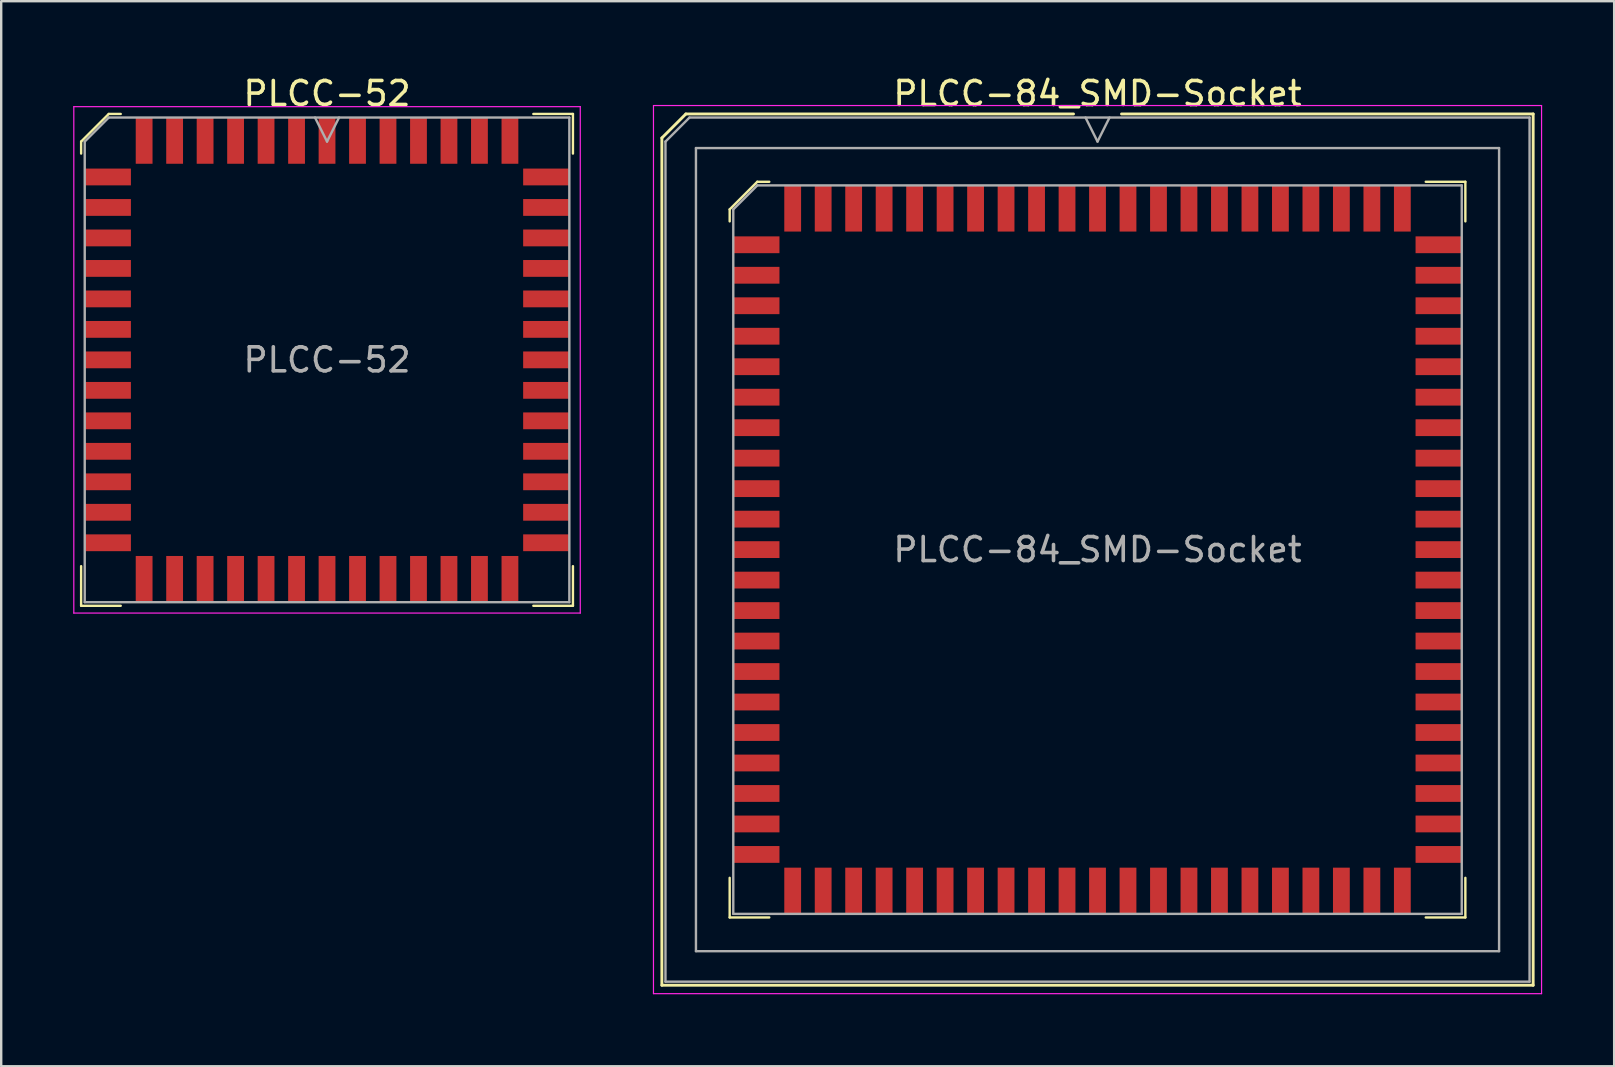
<source format=kicad_pcb>
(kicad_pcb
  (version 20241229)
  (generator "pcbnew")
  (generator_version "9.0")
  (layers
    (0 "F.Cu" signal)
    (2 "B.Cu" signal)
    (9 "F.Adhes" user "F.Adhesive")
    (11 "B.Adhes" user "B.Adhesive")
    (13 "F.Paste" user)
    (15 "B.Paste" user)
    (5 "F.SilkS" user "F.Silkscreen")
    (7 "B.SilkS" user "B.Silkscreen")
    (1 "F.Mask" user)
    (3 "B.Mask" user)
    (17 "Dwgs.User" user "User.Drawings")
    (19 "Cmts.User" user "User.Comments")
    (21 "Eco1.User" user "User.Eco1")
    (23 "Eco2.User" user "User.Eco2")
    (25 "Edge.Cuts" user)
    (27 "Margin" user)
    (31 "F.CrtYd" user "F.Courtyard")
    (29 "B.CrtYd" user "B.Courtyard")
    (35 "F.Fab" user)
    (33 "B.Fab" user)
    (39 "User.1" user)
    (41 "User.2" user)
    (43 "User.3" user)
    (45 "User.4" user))
  (footprint "PLCC-52"
    (layer "F.Cu")
    (at 10.575 11.943)
    (property "Reference" "PLCC-52" (at 0 -11.095 0) (layer "F.SilkS") (effects (font (size 1 1) (thickness 0.15))))
    (attr smd)
    (fp_line (start -10.245 -9.095) (end -10.245 -8.595) (stroke (width 0.1) (type solid)) (layer "F.SilkS"))
    (fp_line (start -10.245 10.245) (end -10.245 8.595) (stroke (width 0.1) (type solid)) (layer "F.SilkS"))
    (fp_line (start -9.095 -10.245) (end -10.245 -9.095) (stroke (width 0.1) (type solid)) (layer "F.SilkS"))
    (fp_line (start -8.595 -10.245) (end -9.095 -10.245) (stroke (width 0.1) (type solid)) (layer "F.SilkS"))
    (fp_line (start -8.595 10.245) (end -10.245 10.245) (stroke (width 0.1) (type solid)) (layer "F.SilkS"))
    (fp_line (start 8.595 -10.245) (end 10.245 -10.245) (stroke (width 0.1) (type solid)) (layer "F.SilkS"))
    (fp_line (start 8.595 10.245) (end 10.245 10.245) (stroke (width 0.1) (type solid)) (layer "F.SilkS"))
    (fp_line (start 10.245 -10.245) (end 10.245 -8.595) (stroke (width 0.1) (type solid)) (layer "F.SilkS"))
    (fp_line (start 10.245 10.245) (end 10.245 8.595) (stroke (width 0.1) (type solid)) (layer "F.SilkS"))
    (fp_line (start -10.55 -10.55) (end -10.55 10.55) (stroke (width 0.05) (type solid)) (layer "F.CrtYd"))
    (fp_line (start -10.55 10.55) (end 10.55 10.55) (stroke (width 0.05) (type solid)) (layer "F.CrtYd"))
    (fp_line (start 10.55 -10.55) (end -10.55 -10.55) (stroke (width 0.05) (type solid)) (layer "F.CrtYd"))
    (fp_line (start 10.55 10.55) (end 10.55 -10.55) (stroke (width 0.05) (type solid)) (layer "F.CrtYd"))
    (fp_line (start -10.095 -9.095) (end -10.095 10.095) (stroke (width 0.1) (type solid)) (layer "F.Fab"))
    (fp_line (start -10.095 10.095) (end 10.095 10.095) (stroke (width 0.1) (type solid)) (layer "F.Fab"))
    (fp_line (start -9.095 -10.095) (end -10.095 -9.095) (stroke (width 0.1) (type solid)) (layer "F.Fab"))
    (fp_line (start -0.5 -10.095) (end 0 -9.095) (stroke (width 0.1) (type solid)) (layer "F.Fab"))
    (fp_line (start 0 -9.095) (end 0.5 -10.095) (stroke (width 0.1) (type solid)) (layer "F.Fab"))
    (fp_line (start 10.095 -10.095) (end -9.095 -10.095) (stroke (width 0.1) (type solid)) (layer "F.Fab"))
    (fp_line (start 10.095 10.095) (end 10.095 -10.095) (stroke (width 0.1) (type solid)) (layer "F.Fab"))
    (fp_text user "${REFERENCE}" (at 0 0 0) (layer "F.Fab") (effects (font (size 1 1) (thickness 0.15))))
    (pad "1" smd rect (at 0 -9.133) (size 0.7 1.925) (layers "F.Cu" "F.Mask" "F.Paste"))
    (pad "2" smd rect (at -1.27 -9.133) (size 0.7 1.925) (layers "F.Cu" "F.Mask" "F.Paste"))
    (pad "3" smd rect (at -2.54 -9.133) (size 0.7 1.925) (layers "F.Cu" "F.Mask" "F.Paste"))
    (pad "4" smd rect (at -3.81 -9.133) (size 0.7 1.925) (layers "F.Cu" "F.Mask" "F.Paste"))
    (pad "5" smd rect (at -5.08 -9.133) (size 0.7 1.925) (layers "F.Cu" "F.Mask" "F.Paste"))
    (pad "6" smd rect (at -6.35 -9.133) (size 0.7 1.925) (layers "F.Cu" "F.Mask" "F.Paste"))
    (pad "7" smd rect (at -7.62 -9.133) (size 0.7 1.925) (layers "F.Cu" "F.Mask" "F.Paste"))
    (pad "8" smd rect (at -9.133 -7.62) (size 1.925 0.7) (layers "F.Cu" "F.Mask" "F.Paste"))
    (pad "9" smd rect (at -9.133 -6.35) (size 1.925 0.7) (layers "F.Cu" "F.Mask" "F.Paste"))
    (pad "10" smd rect (at -9.133 -5.08) (size 1.925 0.7) (layers "F.Cu" "F.Mask" "F.Paste"))
    (pad "11" smd rect (at -9.133 -3.81) (size 1.925 0.7) (layers "F.Cu" "F.Mask" "F.Paste"))
    (pad "12" smd rect (at -9.133 -2.54) (size 1.925 0.7) (layers "F.Cu" "F.Mask" "F.Paste"))
    (pad "13" smd rect (at -9.133 -1.27) (size 1.925 0.7) (layers "F.Cu" "F.Mask" "F.Paste"))
    (pad "14" smd rect (at -9.133 0) (size 1.925 0.7) (layers "F.Cu" "F.Mask" "F.Paste"))
    (pad "15" smd rect (at -9.133 1.27) (size 1.925 0.7) (layers "F.Cu" "F.Mask" "F.Paste"))
    (pad "16" smd rect (at -9.133 2.54) (size 1.925 0.7) (layers "F.Cu" "F.Mask" "F.Paste"))
    (pad "17" smd rect (at -9.133 3.81) (size 1.925 0.7) (layers "F.Cu" "F.Mask" "F.Paste"))
    (pad "18" smd rect (at -9.133 5.08) (size 1.925 0.7) (layers "F.Cu" "F.Mask" "F.Paste"))
    (pad "19" smd rect (at -9.133 6.35) (size 1.925 0.7) (layers "F.Cu" "F.Mask" "F.Paste"))
    (pad "20" smd rect (at -9.133 7.62) (size 1.925 0.7) (layers "F.Cu" "F.Mask" "F.Paste"))
    (pad "21" smd rect (at -7.62 9.133) (size 0.7 1.925) (layers "F.Cu" "F.Mask" "F.Paste"))
    (pad "22" smd rect (at -6.35 9.133) (size 0.7 1.925) (layers "F.Cu" "F.Mask" "F.Paste"))
    (pad "23" smd rect (at -5.08 9.133) (size 0.7 1.925) (layers "F.Cu" "F.Mask" "F.Paste"))
    (pad "24" smd rect (at -3.81 9.133) (size 0.7 1.925) (layers "F.Cu" "F.Mask" "F.Paste"))
    (pad "25" smd rect (at -2.54 9.133) (size 0.7 1.925) (layers "F.Cu" "F.Mask" "F.Paste"))
    (pad "26" smd rect (at -1.27 9.133) (size 0.7 1.925) (layers "F.Cu" "F.Mask" "F.Paste"))
    (pad "27" smd rect (at 0 9.133) (size 0.7 1.925) (layers "F.Cu" "F.Mask" "F.Paste"))
    (pad "28" smd rect (at 1.27 9.133) (size 0.7 1.925) (layers "F.Cu" "F.Mask" "F.Paste"))
    (pad "29" smd rect (at 2.54 9.133) (size 0.7 1.925) (layers "F.Cu" "F.Mask" "F.Paste"))
    (pad "30" smd rect (at 3.81 9.133) (size 0.7 1.925) (layers "F.Cu" "F.Mask" "F.Paste"))
    (pad "31" smd rect (at 5.08 9.133) (size 0.7 1.925) (layers "F.Cu" "F.Mask" "F.Paste"))
    (pad "32" smd rect (at 6.35 9.133) (size 0.7 1.925) (layers "F.Cu" "F.Mask" "F.Paste"))
    (pad "33" smd rect (at 7.62 9.133) (size 0.7 1.925) (layers "F.Cu" "F.Mask" "F.Paste"))
    (pad "34" smd rect (at 9.133 7.62) (size 1.925 0.7) (layers "F.Cu" "F.Mask" "F.Paste"))
    (pad "35" smd rect (at 9.133 6.35) (size 1.925 0.7) (layers "F.Cu" "F.Mask" "F.Paste"))
    (pad "36" smd rect (at 9.133 5.08) (size 1.925 0.7) (layers "F.Cu" "F.Mask" "F.Paste"))
    (pad "37" smd rect (at 9.133 3.81) (size 1.925 0.7) (layers "F.Cu" "F.Mask" "F.Paste"))
    (pad "38" smd rect (at 9.133 2.54) (size 1.925 0.7) (layers "F.Cu" "F.Mask" "F.Paste"))
    (pad "39" smd rect (at 9.133 1.27) (size 1.925 0.7) (layers "F.Cu" "F.Mask" "F.Paste"))
    (pad "40" smd rect (at 9.133 0) (size 1.925 0.7) (layers "F.Cu" "F.Mask" "F.Paste"))
    (pad "41" smd rect (at 9.133 -1.27) (size 1.925 0.7) (layers "F.Cu" "F.Mask" "F.Paste"))
    (pad "42" smd rect (at 9.133 -2.54) (size 1.925 0.7) (layers "F.Cu" "F.Mask" "F.Paste"))
    (pad "43" smd rect (at 9.133 -3.81) (size 1.925 0.7) (layers "F.Cu" "F.Mask" "F.Paste"))
    (pad "44" smd rect (at 9.133 -5.08) (size 1.925 0.7) (layers "F.Cu" "F.Mask" "F.Paste"))
    (pad "45" smd rect (at 9.133 -6.35) (size 1.925 0.7) (layers "F.Cu" "F.Mask" "F.Paste"))
    (pad "46" smd rect (at 9.133 -7.62) (size 1.925 0.7) (layers "F.Cu" "F.Mask" "F.Paste"))
    (pad "47" smd rect (at 7.62 -9.133) (size 0.7 1.925) (layers "F.Cu" "F.Mask" "F.Paste"))
    (pad "48" smd rect (at 6.35 -9.133) (size 0.7 1.925) (layers "F.Cu" "F.Mask" "F.Paste"))
    (pad "49" smd rect (at 5.08 -9.133) (size 0.7 1.925) (layers "F.Cu" "F.Mask" "F.Paste"))
    (pad "50" smd rect (at 3.81 -9.133) (size 0.7 1.925) (layers "F.Cu" "F.Mask" "F.Paste"))
    (pad "51" smd rect (at 2.54 -9.133) (size 0.7 1.925) (layers "F.Cu" "F.Mask" "F.Paste"))
    (pad "52" smd rect (at 1.27 -9.133) (size 0.7 1.925) (layers "F.Cu" "F.Mask" "F.Paste")))
  (footprint "PLCC-84_SMD-Socket"
    (layer "F.Cu")
    (at 42.675 19.848)
    (property "Reference" "PLCC-84_SMD-Socket" (at 0 -19 0) (layer "F.SilkS") (effects (font (size 1 1) (thickness 0.15))))
    (attr smd)
    (fp_line (start -18.15 -17.15) (end -18.15 18.15) (stroke (width 0.12) (type solid)) (layer "F.SilkS"))
    (fp_line (start -18.15 18.15) (end 18.15 18.15) (stroke (width 0.12) (type solid)) (layer "F.SilkS"))
    (fp_line (start -17.15 -18.15) (end -18.15 -17.15) (stroke (width 0.12) (type solid)) (layer "F.SilkS"))
    (fp_line (start -15.325 -14.175) (end -15.325 -13.675) (stroke (width 0.1) (type solid)) (layer "F.SilkS"))
    (fp_line (start -15.325 15.325) (end -15.325 13.675) (stroke (width 0.1) (type solid)) (layer "F.SilkS"))
    (fp_line (start -14.175 -15.325) (end -15.325 -14.175) (stroke (width 0.1) (type solid)) (layer "F.SilkS"))
    (fp_line (start -13.675 -15.325) (end -14.175 -15.325) (stroke (width 0.1) (type solid)) (layer "F.SilkS"))
    (fp_line (start -13.675 15.325) (end -15.325 15.325) (stroke (width 0.1) (type solid)) (layer "F.SilkS"))
    (fp_line (start -1 -18.15) (end -17.15 -18.15) (stroke (width 0.12) (type solid)) (layer "F.SilkS"))
    (fp_line (start 13.675 -15.325) (end 15.325 -15.325) (stroke (width 0.1) (type solid)) (layer "F.SilkS"))
    (fp_line (start 13.675 15.325) (end 15.325 15.325) (stroke (width 0.1) (type solid)) (layer "F.SilkS"))
    (fp_line (start 15.325 -15.325) (end 15.325 -13.675) (stroke (width 0.1) (type solid)) (layer "F.SilkS"))
    (fp_line (start 15.325 15.325) (end 15.325 13.675) (stroke (width 0.1) (type solid)) (layer "F.SilkS"))
    (fp_line (start 18.15 -18.15) (end 1 -18.15) (stroke (width 0.12) (type solid)) (layer "F.SilkS"))
    (fp_line (start 18.15 18.15) (end 18.15 -18.15) (stroke (width 0.12) (type solid)) (layer "F.SilkS"))
    (fp_line (start -18.5 -18.5) (end -18.5 18.5) (stroke (width 0.05) (type solid)) (layer "F.CrtYd"))
    (fp_line (start -18.5 18.5) (end 18.5 18.5) (stroke (width 0.05) (type solid)) (layer "F.CrtYd"))
    (fp_line (start 18.5 -18.5) (end -18.5 -18.5) (stroke (width 0.05) (type solid)) (layer "F.CrtYd"))
    (fp_line (start 18.5 18.5) (end 18.5 -18.5) (stroke (width 0.05) (type solid)) (layer "F.CrtYd"))
    (fp_line (start -18 -17) (end -18 18) (stroke (width 0.1) (type solid)) (layer "F.Fab"))
    (fp_line (start -18 18) (end 18 18) (stroke (width 0.1) (type solid)) (layer "F.Fab"))
    (fp_line (start -17 -18) (end -18 -17) (stroke (width 0.1) (type solid)) (layer "F.Fab"))
    (fp_line (start -16.73 -16.73) (end -16.73 16.73) (stroke (width 0.1) (type solid)) (layer "F.Fab"))
    (fp_line (start -16.73 16.73) (end 16.73 16.73) (stroke (width 0.1) (type solid)) (layer "F.Fab"))
    (fp_line (start -15.175 -14.175) (end -15.175 15.175) (stroke (width 0.1) (type solid)) (layer "F.Fab"))
    (fp_line (start -15.175 15.175) (end 15.175 15.175) (stroke (width 0.1) (type solid)) (layer "F.Fab"))
    (fp_line (start -14.175 -15.175) (end -15.175 -14.175) (stroke (width 0.1) (type solid)) (layer "F.Fab"))
    (fp_line (start -0.5 -18) (end 0 -17) (stroke (width 0.1) (type solid)) (layer "F.Fab"))
    (fp_line (start 0 -17) (end 0.5 -18) (stroke (width 0.1) (type solid)) (layer "F.Fab"))
    (fp_line (start 15.175 -15.175) (end -14.175 -15.175) (stroke (width 0.1) (type solid)) (layer "F.Fab"))
    (fp_line (start 15.175 15.175) (end 15.175 -15.175) (stroke (width 0.1) (type solid)) (layer "F.Fab"))
    (fp_line (start 16.73 -16.73) (end -16.73 -16.73) (stroke (width 0.1) (type solid)) (layer "F.Fab"))
    (fp_line (start 16.73 16.73) (end 16.73 -16.73) (stroke (width 0.1) (type solid)) (layer "F.Fab"))
    (fp_line (start 18 -18) (end -17 -18) (stroke (width 0.1) (type solid)) (layer "F.Fab"))
    (fp_line (start 18 18) (end 18 -18) (stroke (width 0.1) (type solid)) (layer "F.Fab"))
    (fp_text user "${REFERENCE}" (at 0 0 0) (layer "F.Fab") (effects (font (size 1 1) (thickness 0.15))))
    (pad "1" smd rect (at 0 -14.213) (size 0.7 1.925) (layers "F.Cu" "F.Mask" "F.Paste"))
    (pad "2" smd rect (at -1.27 -14.213) (size 0.7 1.925) (layers "F.Cu" "F.Mask" "F.Paste"))
    (pad "3" smd rect (at -2.54 -14.213) (size 0.7 1.925) (layers "F.Cu" "F.Mask" "F.Paste"))
    (pad "4" smd rect (at -3.81 -14.213) (size 0.7 1.925) (layers "F.Cu" "F.Mask" "F.Paste"))
    (pad "5" smd rect (at -5.08 -14.213) (size 0.7 1.925) (layers "F.Cu" "F.Mask" "F.Paste"))
    (pad "6" smd rect (at -6.35 -14.213) (size 0.7 1.925) (layers "F.Cu" "F.Mask" "F.Paste"))
    (pad "7" smd rect (at -7.62 -14.213) (size 0.7 1.925) (layers "F.Cu" "F.Mask" "F.Paste"))
    (pad "8" smd rect (at -8.89 -14.213) (size 0.7 1.925) (layers "F.Cu" "F.Mask" "F.Paste"))
    (pad "9" smd rect (at -10.16 -14.213) (size 0.7 1.925) (layers "F.Cu" "F.Mask" "F.Paste"))
    (pad "10" smd rect (at -11.43 -14.213) (size 0.7 1.925) (layers "F.Cu" "F.Mask" "F.Paste"))
    (pad "11" smd rect (at -12.7 -14.213) (size 0.7 1.925) (layers "F.Cu" "F.Mask" "F.Paste"))
    (pad "12" smd rect (at -14.213 -12.7) (size 1.925 0.7) (layers "F.Cu" "F.Mask" "F.Paste"))
    (pad "13" smd rect (at -14.213 -11.43) (size 1.925 0.7) (layers "F.Cu" "F.Mask" "F.Paste"))
    (pad "14" smd rect (at -14.213 -10.16) (size 1.925 0.7) (layers "F.Cu" "F.Mask" "F.Paste"))
    (pad "15" smd rect (at -14.213 -8.89) (size 1.925 0.7) (layers "F.Cu" "F.Mask" "F.Paste"))
    (pad "16" smd rect (at -14.213 -7.62) (size 1.925 0.7) (layers "F.Cu" "F.Mask" "F.Paste"))
    (pad "17" smd rect (at -14.213 -6.35) (size 1.925 0.7) (layers "F.Cu" "F.Mask" "F.Paste"))
    (pad "18" smd rect (at -14.213 -5.08) (size 1.925 0.7) (layers "F.Cu" "F.Mask" "F.Paste"))
    (pad "19" smd rect (at -14.213 -3.81) (size 1.925 0.7) (layers "F.Cu" "F.Mask" "F.Paste"))
    (pad "20" smd rect (at -14.213 -2.54) (size 1.925 0.7) (layers "F.Cu" "F.Mask" "F.Paste"))
    (pad "21" smd rect (at -14.213 -1.27) (size 1.925 0.7) (layers "F.Cu" "F.Mask" "F.Paste"))
    (pad "22" smd rect (at -14.213 0) (size 1.925 0.7) (layers "F.Cu" "F.Mask" "F.Paste"))
    (pad "23" smd rect (at -14.213 1.27) (size 1.925 0.7) (layers "F.Cu" "F.Mask" "F.Paste"))
    (pad "24" smd rect (at -14.213 2.54) (size 1.925 0.7) (layers "F.Cu" "F.Mask" "F.Paste"))
    (pad "25" smd rect (at -14.213 3.81) (size 1.925 0.7) (layers "F.Cu" "F.Mask" "F.Paste"))
    (pad "26" smd rect (at -14.213 5.08) (size 1.925 0.7) (layers "F.Cu" "F.Mask" "F.Paste"))
    (pad "27" smd rect (at -14.213 6.35) (size 1.925 0.7) (layers "F.Cu" "F.Mask" "F.Paste"))
    (pad "28" smd rect (at -14.213 7.62) (size 1.925 0.7) (layers "F.Cu" "F.Mask" "F.Paste"))
    (pad "29" smd rect (at -14.213 8.89) (size 1.925 0.7) (layers "F.Cu" "F.Mask" "F.Paste"))
    (pad "30" smd rect (at -14.213 10.16) (size 1.925 0.7) (layers "F.Cu" "F.Mask" "F.Paste"))
    (pad "31" smd rect (at -14.213 11.43) (size 1.925 0.7) (layers "F.Cu" "F.Mask" "F.Paste"))
    (pad "32" smd rect (at -14.213 12.7) (size 1.925 0.7) (layers "F.Cu" "F.Mask" "F.Paste"))
    (pad "33" smd rect (at -12.7 14.213) (size 0.7 1.925) (layers "F.Cu" "F.Mask" "F.Paste"))
    (pad "34" smd rect (at -11.43 14.213) (size 0.7 1.925) (layers "F.Cu" "F.Mask" "F.Paste"))
    (pad "35" smd rect (at -10.16 14.213) (size 0.7 1.925) (layers "F.Cu" "F.Mask" "F.Paste"))
    (pad "36" smd rect (at -8.89 14.213) (size 0.7 1.925) (layers "F.Cu" "F.Mask" "F.Paste"))
    (pad "37" smd rect (at -7.62 14.213) (size 0.7 1.925) (layers "F.Cu" "F.Mask" "F.Paste"))
    (pad "38" smd rect (at -6.35 14.213) (size 0.7 1.925) (layers "F.Cu" "F.Mask" "F.Paste"))
    (pad "39" smd rect (at -5.08 14.213) (size 0.7 1.925) (layers "F.Cu" "F.Mask" "F.Paste"))
    (pad "40" smd rect (at -3.81 14.213) (size 0.7 1.925) (layers "F.Cu" "F.Mask" "F.Paste"))
    (pad "41" smd rect (at -2.54 14.213) (size 0.7 1.925) (layers "F.Cu" "F.Mask" "F.Paste"))
    (pad "42" smd rect (at -1.27 14.213) (size 0.7 1.925) (layers "F.Cu" "F.Mask" "F.Paste"))
    (pad "43" smd rect (at 0 14.213) (size 0.7 1.925) (layers "F.Cu" "F.Mask" "F.Paste"))
    (pad "44" smd rect (at 1.27 14.213) (size 0.7 1.925) (layers "F.Cu" "F.Mask" "F.Paste"))
    (pad "45" smd rect (at 2.54 14.213) (size 0.7 1.925) (layers "F.Cu" "F.Mask" "F.Paste"))
    (pad "46" smd rect (at 3.81 14.213) (size 0.7 1.925) (layers "F.Cu" "F.Mask" "F.Paste"))
    (pad "47" smd rect (at 5.08 14.213) (size 0.7 1.925) (layers "F.Cu" "F.Mask" "F.Paste"))
    (pad "48" smd rect (at 6.35 14.213) (size 0.7 1.925) (layers "F.Cu" "F.Mask" "F.Paste"))
    (pad "49" smd rect (at 7.62 14.213) (size 0.7 1.925) (layers "F.Cu" "F.Mask" "F.Paste"))
    (pad "50" smd rect (at 8.89 14.213) (size 0.7 1.925) (layers "F.Cu" "F.Mask" "F.Paste"))
    (pad "51" smd rect (at 10.16 14.213) (size 0.7 1.925) (layers "F.Cu" "F.Mask" "F.Paste"))
    (pad "52" smd rect (at 11.43 14.213) (size 0.7 1.925) (layers "F.Cu" "F.Mask" "F.Paste"))
    (pad "53" smd rect (at 12.7 14.213) (size 0.7 1.925) (layers "F.Cu" "F.Mask" "F.Paste"))
    (pad "54" smd rect (at 14.213 12.7) (size 1.925 0.7) (layers "F.Cu" "F.Mask" "F.Paste"))
    (pad "55" smd rect (at 14.213 11.43) (size 1.925 0.7) (layers "F.Cu" "F.Mask" "F.Paste"))
    (pad "56" smd rect (at 14.213 10.16) (size 1.925 0.7) (layers "F.Cu" "F.Mask" "F.Paste"))
    (pad "57" smd rect (at 14.213 8.89) (size 1.925 0.7) (layers "F.Cu" "F.Mask" "F.Paste"))
    (pad "58" smd rect (at 14.213 7.62) (size 1.925 0.7) (layers "F.Cu" "F.Mask" "F.Paste"))
    (pad "59" smd rect (at 14.213 6.35) (size 1.925 0.7) (layers "F.Cu" "F.Mask" "F.Paste"))
    (pad "60" smd rect (at 14.213 5.08) (size 1.925 0.7) (layers "F.Cu" "F.Mask" "F.Paste"))
    (pad "61" smd rect (at 14.213 3.81) (size 1.925 0.7) (layers "F.Cu" "F.Mask" "F.Paste"))
    (pad "62" smd rect (at 14.213 2.54) (size 1.925 0.7) (layers "F.Cu" "F.Mask" "F.Paste"))
    (pad "63" smd rect (at 14.213 1.27) (size 1.925 0.7) (layers "F.Cu" "F.Mask" "F.Paste"))
    (pad "64" smd rect (at 14.213 0) (size 1.925 0.7) (layers "F.Cu" "F.Mask" "F.Paste"))
    (pad "65" smd rect (at 14.213 -1.27) (size 1.925 0.7) (layers "F.Cu" "F.Mask" "F.Paste"))
    (pad "66" smd rect (at 14.213 -2.54) (size 1.925 0.7) (layers "F.Cu" "F.Mask" "F.Paste"))
    (pad "67" smd rect (at 14.213 -3.81) (size 1.925 0.7) (layers "F.Cu" "F.Mask" "F.Paste"))
    (pad "68" smd rect (at 14.213 -5.08) (size 1.925 0.7) (layers "F.Cu" "F.Mask" "F.Paste"))
    (pad "69" smd rect (at 14.213 -6.35) (size 1.925 0.7) (layers "F.Cu" "F.Mask" "F.Paste"))
    (pad "70" smd rect (at 14.213 -7.62) (size 1.925 0.7) (layers "F.Cu" "F.Mask" "F.Paste"))
    (pad "71" smd rect (at 14.213 -8.89) (size 1.925 0.7) (layers "F.Cu" "F.Mask" "F.Paste"))
    (pad "72" smd rect (at 14.213 -10.16) (size 1.925 0.7) (layers "F.Cu" "F.Mask" "F.Paste"))
    (pad "73" smd rect (at 14.213 -11.43) (size 1.925 0.7) (layers "F.Cu" "F.Mask" "F.Paste"))
    (pad "74" smd rect (at 14.213 -12.7) (size 1.925 0.7) (layers "F.Cu" "F.Mask" "F.Paste"))
    (pad "75" smd rect (at 12.7 -14.213) (size 0.7 1.925) (layers "F.Cu" "F.Mask" "F.Paste"))
    (pad "76" smd rect (at 11.43 -14.213) (size 0.7 1.925) (layers "F.Cu" "F.Mask" "F.Paste"))
    (pad "77" smd rect (at 10.16 -14.213) (size 0.7 1.925) (layers "F.Cu" "F.Mask" "F.Paste"))
    (pad "78" smd rect (at 8.89 -14.213) (size 0.7 1.925) (layers "F.Cu" "F.Mask" "F.Paste"))
    (pad "79" smd rect (at 7.62 -14.213) (size 0.7 1.925) (layers "F.Cu" "F.Mask" "F.Paste"))
    (pad "80" smd rect (at 6.35 -14.213) (size 0.7 1.925) (layers "F.Cu" "F.Mask" "F.Paste"))
    (pad "81" smd rect (at 5.08 -14.213) (size 0.7 1.925) (layers "F.Cu" "F.Mask" "F.Paste"))
    (pad "82" smd rect (at 3.81 -14.213) (size 0.7 1.925) (layers "F.Cu" "F.Mask" "F.Paste"))
    (pad "83" smd rect (at 2.54 -14.213) (size 0.7 1.925) (layers "F.Cu" "F.Mask" "F.Paste"))
    (pad "84" smd rect (at 1.27 -14.213) (size 0.7 1.925) (layers "F.Cu" "F.Mask" "F.Paste")))
  (gr_rect
    (start -3 -3)
    (end 64.2 41.373)
    (stroke (width 0.1) (type default))
    (fill no)
    (layer "Edge.Cuts")))
</source>
